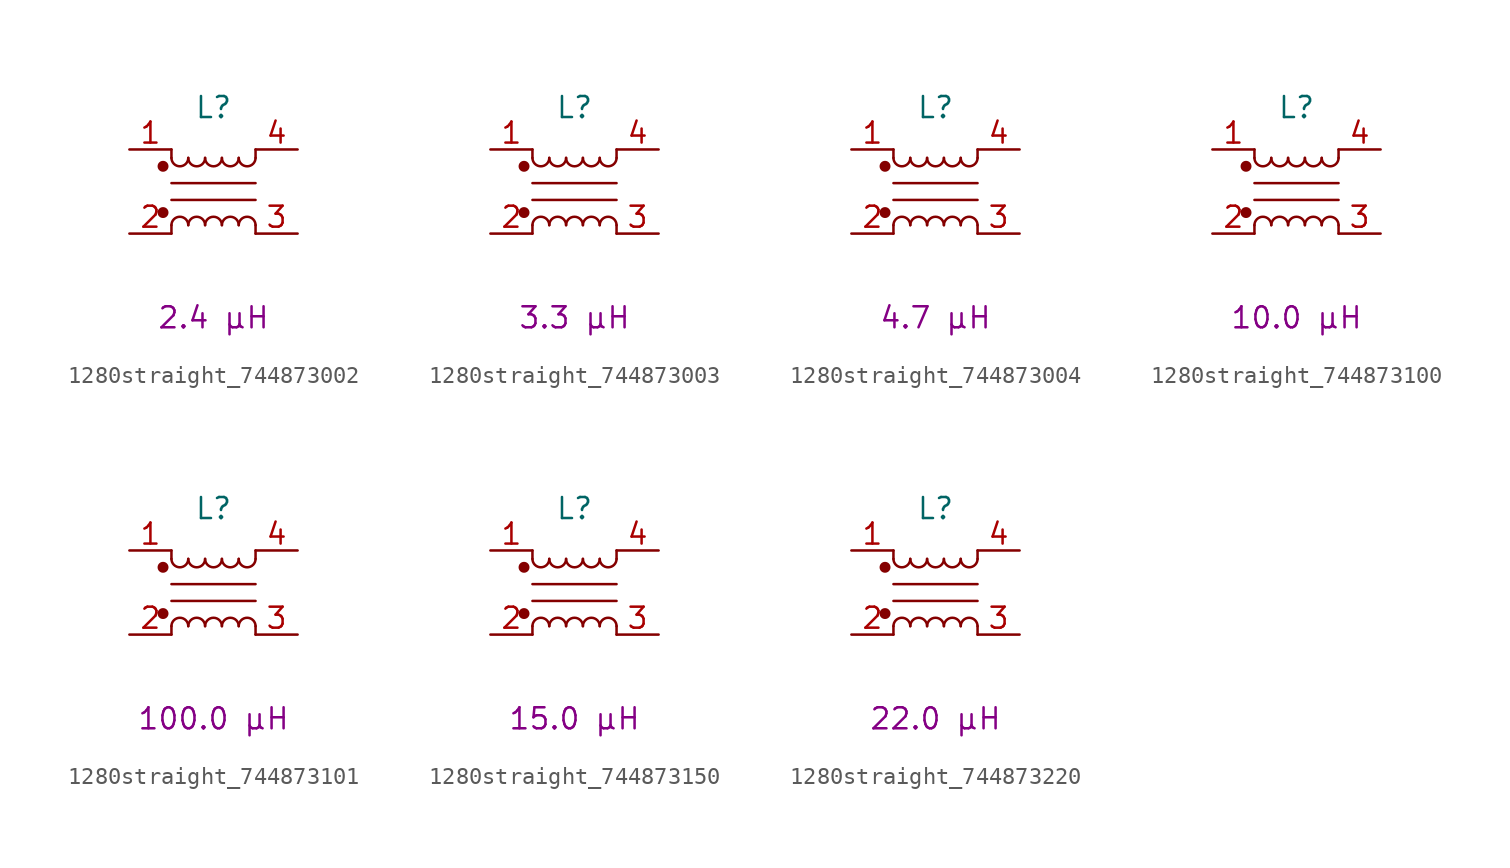
<source format=kicad_sym>
(kicad_symbol_lib
  (version 20241209)
  (generator "kicad_symbol_editor")
  (generator_version "9.0")
  (symbol "1280straight_744873002"
    (pin_names
      (hide yes))
    (property "Reference" "L"
      (at 0 5.08 0)
      (effects (font (size 1.27 1.27))))
    (property "Critical Parameter" "2.4 µH"
      (at 0 -7.62 0)
      (effects (font (size 1.27 1.27))))
    (symbol "1280straight_744873002_0_1"
      (circle (center -3.048 1.524) (radius 0.254) (stroke (width 0) (type default)) (fill (type outline)))
      (circle (center -3.048 -1.27) (radius 0.254) (stroke (width 0) (type default)) (fill (type outline)))
      (polyline (pts (xy -2.54 2.032) (xy -2.54 2.54)) (stroke (width 0) (type default)) (fill (type none)))
      (polyline (pts (xy -2.54 0.508) (xy 2.54 0.508)) (stroke (width 0) (type default)) (fill (type none)))
      (polyline (pts (xy -2.54 -2.032) (xy -2.54 -2.54)) (stroke (width 0) (type default)) (fill (type none)))
      (arc (start -1.524 2.032) (mid -2.032 1.5262) (end -2.54 2.032) (stroke (width 0) (type default)) (fill (type none)))
      (arc (start -2.54 -2.032) (mid -2.032 -1.5262) (end -1.524 -2.032) (stroke (width 0) (type default)) (fill (type none)))
      (arc (start -0.508 2.032) (mid -1.016 1.5262) (end -1.524 2.032) (stroke (width 0) (type default)) (fill (type none)))
      (arc (start -1.524 -2.032) (mid -1.016 -1.5262) (end -0.508 -2.032) (stroke (width 0) (type default)) (fill (type none)))
      (arc (start 0.508 2.032) (mid 0 1.5262) (end -0.508 2.032) (stroke (width 0) (type default)) (fill (type none)))
      (arc (start -0.508 -2.032) (mid 0 -1.5262) (end 0.508 -2.032) (stroke (width 0) (type default)) (fill (type none)))
      (arc (start 1.524 2.032) (mid 1.016 1.5262) (end 0.508 2.032) (stroke (width 0) (type default)) (fill (type none)))
      (arc (start 0.508 -2.032) (mid 1.016 -1.5262) (end 1.524 -2.032) (stroke (width 0) (type default)) (fill (type none)))
      (arc (start 2.54 2.032) (mid 2.032 1.5262) (end 1.524 2.032) (stroke (width 0) (type default)) (fill (type none)))
      (arc (start 1.524 -2.032) (mid 2.032 -1.5262) (end 2.54 -2.032) (stroke (width 0) (type default)) (fill (type none)))
      (polyline (pts (xy 2.54 2.54) (xy 2.54 2.032)) (stroke (width 0) (type default)) (fill (type none)))
      (polyline (pts (xy 2.54 -0.508) (xy -2.54 -0.508)) (stroke (width 0) (type default)) (fill (type none)))
      (polyline (pts (xy 2.54 -2.032) (xy 2.54 -2.54)) (stroke (width 0) (type default)) (fill (type none))))
    (symbol "1280straight_744873002_1_1"
      (pin passive line (at -5.08 2.54 0) (length 2.54) (name "1" (effects (font (size 1.27 1.27)))) (number "1" (effects (font (size 1.27 1.27)))))
      (pin passive line (at -5.08 -2.54 0) (length 2.54) (name "2" (effects (font (size 1.27 1.27)))) (number "2" (effects (font (size 1.27 1.27)))))
      (pin passive line (at 5.08 2.54 180) (length 2.54) (name "4" (effects (font (size 1.27 1.27)))) (number "4" (effects (font (size 1.27 1.27)))))
      (pin passive line (at 5.08 -2.54 180) (length 2.54) (name "3" (effects (font (size 1.27 1.27)))) (number "3" (effects (font (size 1.27 1.27)))))))
  (symbol "1280straight_744873003"
    (pin_names
      (hide yes))
    (property "Reference" "L"
      (at 0 5.08 0)
      (effects (font (size 1.27 1.27))))
    (property "Critical Parameter" "3.3 µH"
      (at 0 -7.62 0)
      (effects (font (size 1.27 1.27))))
    (symbol "1280straight_744873003_0_1"
      (circle (center -3.048 1.524) (radius 0.254) (stroke (width 0) (type default)) (fill (type outline)))
      (circle (center -3.048 -1.27) (radius 0.254) (stroke (width 0) (type default)) (fill (type outline)))
      (polyline (pts (xy -2.54 2.032) (xy -2.54 2.54)) (stroke (width 0) (type default)) (fill (type none)))
      (polyline (pts (xy -2.54 0.508) (xy 2.54 0.508)) (stroke (width 0) (type default)) (fill (type none)))
      (polyline (pts (xy -2.54 -2.032) (xy -2.54 -2.54)) (stroke (width 0) (type default)) (fill (type none)))
      (arc (start -1.524 2.032) (mid -2.032 1.5262) (end -2.54 2.032) (stroke (width 0) (type default)) (fill (type none)))
      (arc (start -2.54 -2.032) (mid -2.032 -1.5262) (end -1.524 -2.032) (stroke (width 0) (type default)) (fill (type none)))
      (arc (start -0.508 2.032) (mid -1.016 1.5262) (end -1.524 2.032) (stroke (width 0) (type default)) (fill (type none)))
      (arc (start -1.524 -2.032) (mid -1.016 -1.5262) (end -0.508 -2.032) (stroke (width 0) (type default)) (fill (type none)))
      (arc (start 0.508 2.032) (mid 0 1.5262) (end -0.508 2.032) (stroke (width 0) (type default)) (fill (type none)))
      (arc (start -0.508 -2.032) (mid 0 -1.5262) (end 0.508 -2.032) (stroke (width 0) (type default)) (fill (type none)))
      (arc (start 1.524 2.032) (mid 1.016 1.5262) (end 0.508 2.032) (stroke (width 0) (type default)) (fill (type none)))
      (arc (start 0.508 -2.032) (mid 1.016 -1.5262) (end 1.524 -2.032) (stroke (width 0) (type default)) (fill (type none)))
      (arc (start 2.54 2.032) (mid 2.032 1.5262) (end 1.524 2.032) (stroke (width 0) (type default)) (fill (type none)))
      (arc (start 1.524 -2.032) (mid 2.032 -1.5262) (end 2.54 -2.032) (stroke (width 0) (type default)) (fill (type none)))
      (polyline (pts (xy 2.54 2.54) (xy 2.54 2.032)) (stroke (width 0) (type default)) (fill (type none)))
      (polyline (pts (xy 2.54 -0.508) (xy -2.54 -0.508)) (stroke (width 0) (type default)) (fill (type none)))
      (polyline (pts (xy 2.54 -2.032) (xy 2.54 -2.54)) (stroke (width 0) (type default)) (fill (type none))))
    (symbol "1280straight_744873003_1_1"
      (pin passive line (at -5.08 2.54 0) (length 2.54) (name "1" (effects (font (size 1.27 1.27)))) (number "1" (effects (font (size 1.27 1.27)))))
      (pin passive line (at -5.08 -2.54 0) (length 2.54) (name "2" (effects (font (size 1.27 1.27)))) (number "2" (effects (font (size 1.27 1.27)))))
      (pin passive line (at 5.08 2.54 180) (length 2.54) (name "4" (effects (font (size 1.27 1.27)))) (number "4" (effects (font (size 1.27 1.27)))))
      (pin passive line (at 5.08 -2.54 180) (length 2.54) (name "3" (effects (font (size 1.27 1.27)))) (number "3" (effects (font (size 1.27 1.27)))))))
  (symbol "1280straight_744873004"
    (pin_names
      (hide yes))
    (property "Reference" "L"
      (at 0 5.08 0)
      (effects (font (size 1.27 1.27))))
    (property "Critical Parameter" "4.7 µH"
      (at 0 -7.62 0)
      (effects (font (size 1.27 1.27))))
    (symbol "1280straight_744873004_0_1"
      (circle (center -3.048 1.524) (radius 0.254) (stroke (width 0) (type default)) (fill (type outline)))
      (circle (center -3.048 -1.27) (radius 0.254) (stroke (width 0) (type default)) (fill (type outline)))
      (polyline (pts (xy -2.54 2.032) (xy -2.54 2.54)) (stroke (width 0) (type default)) (fill (type none)))
      (polyline (pts (xy -2.54 0.508) (xy 2.54 0.508)) (stroke (width 0) (type default)) (fill (type none)))
      (polyline (pts (xy -2.54 -2.032) (xy -2.54 -2.54)) (stroke (width 0) (type default)) (fill (type none)))
      (arc (start -1.524 2.032) (mid -2.032 1.5262) (end -2.54 2.032) (stroke (width 0) (type default)) (fill (type none)))
      (arc (start -2.54 -2.032) (mid -2.032 -1.5262) (end -1.524 -2.032) (stroke (width 0) (type default)) (fill (type none)))
      (arc (start -0.508 2.032) (mid -1.016 1.5262) (end -1.524 2.032) (stroke (width 0) (type default)) (fill (type none)))
      (arc (start -1.524 -2.032) (mid -1.016 -1.5262) (end -0.508 -2.032) (stroke (width 0) (type default)) (fill (type none)))
      (arc (start 0.508 2.032) (mid 0 1.5262) (end -0.508 2.032) (stroke (width 0) (type default)) (fill (type none)))
      (arc (start -0.508 -2.032) (mid 0 -1.5262) (end 0.508 -2.032) (stroke (width 0) (type default)) (fill (type none)))
      (arc (start 1.524 2.032) (mid 1.016 1.5262) (end 0.508 2.032) (stroke (width 0) (type default)) (fill (type none)))
      (arc (start 0.508 -2.032) (mid 1.016 -1.5262) (end 1.524 -2.032) (stroke (width 0) (type default)) (fill (type none)))
      (arc (start 2.54 2.032) (mid 2.032 1.5262) (end 1.524 2.032) (stroke (width 0) (type default)) (fill (type none)))
      (arc (start 1.524 -2.032) (mid 2.032 -1.5262) (end 2.54 -2.032) (stroke (width 0) (type default)) (fill (type none)))
      (polyline (pts (xy 2.54 2.54) (xy 2.54 2.032)) (stroke (width 0) (type default)) (fill (type none)))
      (polyline (pts (xy 2.54 -0.508) (xy -2.54 -0.508)) (stroke (width 0) (type default)) (fill (type none)))
      (polyline (pts (xy 2.54 -2.032) (xy 2.54 -2.54)) (stroke (width 0) (type default)) (fill (type none))))
    (symbol "1280straight_744873004_1_1"
      (pin passive line (at -5.08 2.54 0) (length 2.54) (name "1" (effects (font (size 1.27 1.27)))) (number "1" (effects (font (size 1.27 1.27)))))
      (pin passive line (at -5.08 -2.54 0) (length 2.54) (name "2" (effects (font (size 1.27 1.27)))) (number "2" (effects (font (size 1.27 1.27)))))
      (pin passive line (at 5.08 2.54 180) (length 2.54) (name "4" (effects (font (size 1.27 1.27)))) (number "4" (effects (font (size 1.27 1.27)))))
      (pin passive line (at 5.08 -2.54 180) (length 2.54) (name "3" (effects (font (size 1.27 1.27)))) (number "3" (effects (font (size 1.27 1.27)))))))
  (symbol "1280straight_744873100"
    (pin_names
      (hide yes))
    (property "Reference" "L"
      (at 0 5.08 0)
      (effects (font (size 1.27 1.27))))
    (property "Critical Parameter" "10.0 µH"
      (at 0 -7.62 0)
      (effects (font (size 1.27 1.27))))
    (symbol "1280straight_744873100_0_1"
      (circle (center -3.048 1.524) (radius 0.254) (stroke (width 0) (type default)) (fill (type outline)))
      (circle (center -3.048 -1.27) (radius 0.254) (stroke (width 0) (type default)) (fill (type outline)))
      (polyline (pts (xy -2.54 2.032) (xy -2.54 2.54)) (stroke (width 0) (type default)) (fill (type none)))
      (polyline (pts (xy -2.54 0.508) (xy 2.54 0.508)) (stroke (width 0) (type default)) (fill (type none)))
      (polyline (pts (xy -2.54 -2.032) (xy -2.54 -2.54)) (stroke (width 0) (type default)) (fill (type none)))
      (arc (start -1.524 2.032) (mid -2.032 1.5262) (end -2.54 2.032) (stroke (width 0) (type default)) (fill (type none)))
      (arc (start -2.54 -2.032) (mid -2.032 -1.5262) (end -1.524 -2.032) (stroke (width 0) (type default)) (fill (type none)))
      (arc (start -0.508 2.032) (mid -1.016 1.5262) (end -1.524 2.032) (stroke (width 0) (type default)) (fill (type none)))
      (arc (start -1.524 -2.032) (mid -1.016 -1.5262) (end -0.508 -2.032) (stroke (width 0) (type default)) (fill (type none)))
      (arc (start 0.508 2.032) (mid 0 1.5262) (end -0.508 2.032) (stroke (width 0) (type default)) (fill (type none)))
      (arc (start -0.508 -2.032) (mid 0 -1.5262) (end 0.508 -2.032) (stroke (width 0) (type default)) (fill (type none)))
      (arc (start 1.524 2.032) (mid 1.016 1.5262) (end 0.508 2.032) (stroke (width 0) (type default)) (fill (type none)))
      (arc (start 0.508 -2.032) (mid 1.016 -1.5262) (end 1.524 -2.032) (stroke (width 0) (type default)) (fill (type none)))
      (arc (start 2.54 2.032) (mid 2.032 1.5262) (end 1.524 2.032) (stroke (width 0) (type default)) (fill (type none)))
      (arc (start 1.524 -2.032) (mid 2.032 -1.5262) (end 2.54 -2.032) (stroke (width 0) (type default)) (fill (type none)))
      (polyline (pts (xy 2.54 2.54) (xy 2.54 2.032)) (stroke (width 0) (type default)) (fill (type none)))
      (polyline (pts (xy 2.54 -0.508) (xy -2.54 -0.508)) (stroke (width 0) (type default)) (fill (type none)))
      (polyline (pts (xy 2.54 -2.032) (xy 2.54 -2.54)) (stroke (width 0) (type default)) (fill (type none))))
    (symbol "1280straight_744873100_1_1"
      (pin passive line (at -5.08 2.54 0) (length 2.54) (name "1" (effects (font (size 1.27 1.27)))) (number "1" (effects (font (size 1.27 1.27)))))
      (pin passive line (at -5.08 -2.54 0) (length 2.54) (name "2" (effects (font (size 1.27 1.27)))) (number "2" (effects (font (size 1.27 1.27)))))
      (pin passive line (at 5.08 2.54 180) (length 2.54) (name "4" (effects (font (size 1.27 1.27)))) (number "4" (effects (font (size 1.27 1.27)))))
      (pin passive line (at 5.08 -2.54 180) (length 2.54) (name "3" (effects (font (size 1.27 1.27)))) (number "3" (effects (font (size 1.27 1.27)))))))
  (symbol "1280straight_744873101"
    (pin_names
      (hide yes))
    (property "Reference" "L"
      (at 0 5.08 0)
      (effects (font (size 1.27 1.27))))
    (property "Critical Parameter" "100.0 µH"
      (at 0 -7.62 0)
      (effects (font (size 1.27 1.27))))
    (symbol "1280straight_744873101_0_1"
      (circle (center -3.048 1.524) (radius 0.254) (stroke (width 0) (type default)) (fill (type outline)))
      (circle (center -3.048 -1.27) (radius 0.254) (stroke (width 0) (type default)) (fill (type outline)))
      (polyline (pts (xy -2.54 2.032) (xy -2.54 2.54)) (stroke (width 0) (type default)) (fill (type none)))
      (polyline (pts (xy -2.54 0.508) (xy 2.54 0.508)) (stroke (width 0) (type default)) (fill (type none)))
      (polyline (pts (xy -2.54 -2.032) (xy -2.54 -2.54)) (stroke (width 0) (type default)) (fill (type none)))
      (arc (start -1.524 2.032) (mid -2.032 1.5262) (end -2.54 2.032) (stroke (width 0) (type default)) (fill (type none)))
      (arc (start -2.54 -2.032) (mid -2.032 -1.5262) (end -1.524 -2.032) (stroke (width 0) (type default)) (fill (type none)))
      (arc (start -0.508 2.032) (mid -1.016 1.5262) (end -1.524 2.032) (stroke (width 0) (type default)) (fill (type none)))
      (arc (start -1.524 -2.032) (mid -1.016 -1.5262) (end -0.508 -2.032) (stroke (width 0) (type default)) (fill (type none)))
      (arc (start 0.508 2.032) (mid 0 1.5262) (end -0.508 2.032) (stroke (width 0) (type default)) (fill (type none)))
      (arc (start -0.508 -2.032) (mid 0 -1.5262) (end 0.508 -2.032) (stroke (width 0) (type default)) (fill (type none)))
      (arc (start 1.524 2.032) (mid 1.016 1.5262) (end 0.508 2.032) (stroke (width 0) (type default)) (fill (type none)))
      (arc (start 0.508 -2.032) (mid 1.016 -1.5262) (end 1.524 -2.032) (stroke (width 0) (type default)) (fill (type none)))
      (arc (start 2.54 2.032) (mid 2.032 1.5262) (end 1.524 2.032) (stroke (width 0) (type default)) (fill (type none)))
      (arc (start 1.524 -2.032) (mid 2.032 -1.5262) (end 2.54 -2.032) (stroke (width 0) (type default)) (fill (type none)))
      (polyline (pts (xy 2.54 2.54) (xy 2.54 2.032)) (stroke (width 0) (type default)) (fill (type none)))
      (polyline (pts (xy 2.54 -0.508) (xy -2.54 -0.508)) (stroke (width 0) (type default)) (fill (type none)))
      (polyline (pts (xy 2.54 -2.032) (xy 2.54 -2.54)) (stroke (width 0) (type default)) (fill (type none))))
    (symbol "1280straight_744873101_1_1"
      (pin passive line (at -5.08 2.54 0) (length 2.54) (name "1" (effects (font (size 1.27 1.27)))) (number "1" (effects (font (size 1.27 1.27)))))
      (pin passive line (at -5.08 -2.54 0) (length 2.54) (name "2" (effects (font (size 1.27 1.27)))) (number "2" (effects (font (size 1.27 1.27)))))
      (pin passive line (at 5.08 2.54 180) (length 2.54) (name "4" (effects (font (size 1.27 1.27)))) (number "4" (effects (font (size 1.27 1.27)))))
      (pin passive line (at 5.08 -2.54 180) (length 2.54) (name "3" (effects (font (size 1.27 1.27)))) (number "3" (effects (font (size 1.27 1.27)))))))
  (symbol "1280straight_744873150"
    (pin_names
      (hide yes))
    (property "Reference" "L"
      (at 0 5.08 0)
      (effects (font (size 1.27 1.27))))
    (property "Critical Parameter" "15.0 µH"
      (at 0 -7.62 0)
      (effects (font (size 1.27 1.27))))
    (symbol "1280straight_744873150_0_1"
      (circle (center -3.048 1.524) (radius 0.254) (stroke (width 0) (type default)) (fill (type outline)))
      (circle (center -3.048 -1.27) (radius 0.254) (stroke (width 0) (type default)) (fill (type outline)))
      (polyline (pts (xy -2.54 2.032) (xy -2.54 2.54)) (stroke (width 0) (type default)) (fill (type none)))
      (polyline (pts (xy -2.54 0.508) (xy 2.54 0.508)) (stroke (width 0) (type default)) (fill (type none)))
      (polyline (pts (xy -2.54 -2.032) (xy -2.54 -2.54)) (stroke (width 0) (type default)) (fill (type none)))
      (arc (start -1.524 2.032) (mid -2.032 1.5262) (end -2.54 2.032) (stroke (width 0) (type default)) (fill (type none)))
      (arc (start -2.54 -2.032) (mid -2.032 -1.5262) (end -1.524 -2.032) (stroke (width 0) (type default)) (fill (type none)))
      (arc (start -0.508 2.032) (mid -1.016 1.5262) (end -1.524 2.032) (stroke (width 0) (type default)) (fill (type none)))
      (arc (start -1.524 -2.032) (mid -1.016 -1.5262) (end -0.508 -2.032) (stroke (width 0) (type default)) (fill (type none)))
      (arc (start 0.508 2.032) (mid 0 1.5262) (end -0.508 2.032) (stroke (width 0) (type default)) (fill (type none)))
      (arc (start -0.508 -2.032) (mid 0 -1.5262) (end 0.508 -2.032) (stroke (width 0) (type default)) (fill (type none)))
      (arc (start 1.524 2.032) (mid 1.016 1.5262) (end 0.508 2.032) (stroke (width 0) (type default)) (fill (type none)))
      (arc (start 0.508 -2.032) (mid 1.016 -1.5262) (end 1.524 -2.032) (stroke (width 0) (type default)) (fill (type none)))
      (arc (start 2.54 2.032) (mid 2.032 1.5262) (end 1.524 2.032) (stroke (width 0) (type default)) (fill (type none)))
      (arc (start 1.524 -2.032) (mid 2.032 -1.5262) (end 2.54 -2.032) (stroke (width 0) (type default)) (fill (type none)))
      (polyline (pts (xy 2.54 2.54) (xy 2.54 2.032)) (stroke (width 0) (type default)) (fill (type none)))
      (polyline (pts (xy 2.54 -0.508) (xy -2.54 -0.508)) (stroke (width 0) (type default)) (fill (type none)))
      (polyline (pts (xy 2.54 -2.032) (xy 2.54 -2.54)) (stroke (width 0) (type default)) (fill (type none))))
    (symbol "1280straight_744873150_1_1"
      (pin passive line (at -5.08 2.54 0) (length 2.54) (name "1" (effects (font (size 1.27 1.27)))) (number "1" (effects (font (size 1.27 1.27)))))
      (pin passive line (at -5.08 -2.54 0) (length 2.54) (name "2" (effects (font (size 1.27 1.27)))) (number "2" (effects (font (size 1.27 1.27)))))
      (pin passive line (at 5.08 2.54 180) (length 2.54) (name "4" (effects (font (size 1.27 1.27)))) (number "4" (effects (font (size 1.27 1.27)))))
      (pin passive line (at 5.08 -2.54 180) (length 2.54) (name "3" (effects (font (size 1.27 1.27)))) (number "3" (effects (font (size 1.27 1.27)))))))
  (symbol "1280straight_744873220"
    (pin_names
      (hide yes))
    (property "Reference" "L"
      (at 0 5.08 0)
      (effects (font (size 1.27 1.27))))
    (property "Critical Parameter" "22.0 µH"
      (at 0 -7.62 0)
      (effects (font (size 1.27 1.27))))
    (symbol "1280straight_744873220_0_1"
      (circle (center -3.048 1.524) (radius 0.254) (stroke (width 0) (type default)) (fill (type outline)))
      (circle (center -3.048 -1.27) (radius 0.254) (stroke (width 0) (type default)) (fill (type outline)))
      (polyline (pts (xy -2.54 2.032) (xy -2.54 2.54)) (stroke (width 0) (type default)) (fill (type none)))
      (polyline (pts (xy -2.54 0.508) (xy 2.54 0.508)) (stroke (width 0) (type default)) (fill (type none)))
      (polyline (pts (xy -2.54 -2.032) (xy -2.54 -2.54)) (stroke (width 0) (type default)) (fill (type none)))
      (arc (start -1.524 2.032) (mid -2.032 1.5262) (end -2.54 2.032) (stroke (width 0) (type default)) (fill (type none)))
      (arc (start -2.54 -2.032) (mid -2.032 -1.5262) (end -1.524 -2.032) (stroke (width 0) (type default)) (fill (type none)))
      (arc (start -0.508 2.032) (mid -1.016 1.5262) (end -1.524 2.032) (stroke (width 0) (type default)) (fill (type none)))
      (arc (start -1.524 -2.032) (mid -1.016 -1.5262) (end -0.508 -2.032) (stroke (width 0) (type default)) (fill (type none)))
      (arc (start 0.508 2.032) (mid 0 1.5262) (end -0.508 2.032) (stroke (width 0) (type default)) (fill (type none)))
      (arc (start -0.508 -2.032) (mid 0 -1.5262) (end 0.508 -2.032) (stroke (width 0) (type default)) (fill (type none)))
      (arc (start 1.524 2.032) (mid 1.016 1.5262) (end 0.508 2.032) (stroke (width 0) (type default)) (fill (type none)))
      (arc (start 0.508 -2.032) (mid 1.016 -1.5262) (end 1.524 -2.032) (stroke (width 0) (type default)) (fill (type none)))
      (arc (start 2.54 2.032) (mid 2.032 1.5262) (end 1.524 2.032) (stroke (width 0) (type default)) (fill (type none)))
      (arc (start 1.524 -2.032) (mid 2.032 -1.5262) (end 2.54 -2.032) (stroke (width 0) (type default)) (fill (type none)))
      (polyline (pts (xy 2.54 2.54) (xy 2.54 2.032)) (stroke (width 0) (type default)) (fill (type none)))
      (polyline (pts (xy 2.54 -0.508) (xy -2.54 -0.508)) (stroke (width 0) (type default)) (fill (type none)))
      (polyline (pts (xy 2.54 -2.032) (xy 2.54 -2.54)) (stroke (width 0) (type default)) (fill (type none))))
    (symbol "1280straight_744873220_1_1"
      (pin passive line (at -5.08 2.54 0) (length 2.54) (name "1" (effects (font (size 1.27 1.27)))) (number "1" (effects (font (size 1.27 1.27)))))
      (pin passive line (at -5.08 -2.54 0) (length 2.54) (name "2" (effects (font (size 1.27 1.27)))) (number "2" (effects (font (size 1.27 1.27)))))
      (pin passive line (at 5.08 2.54 180) (length 2.54) (name "4" (effects (font (size 1.27 1.27)))) (number "4" (effects (font (size 1.27 1.27)))))
      (pin passive line (at 5.08 -2.54 180) (length 2.54) (name "3" (effects (font (size 1.27 1.27)))) (number "3" (effects (font (size 1.27 1.27))))))))
</source>
